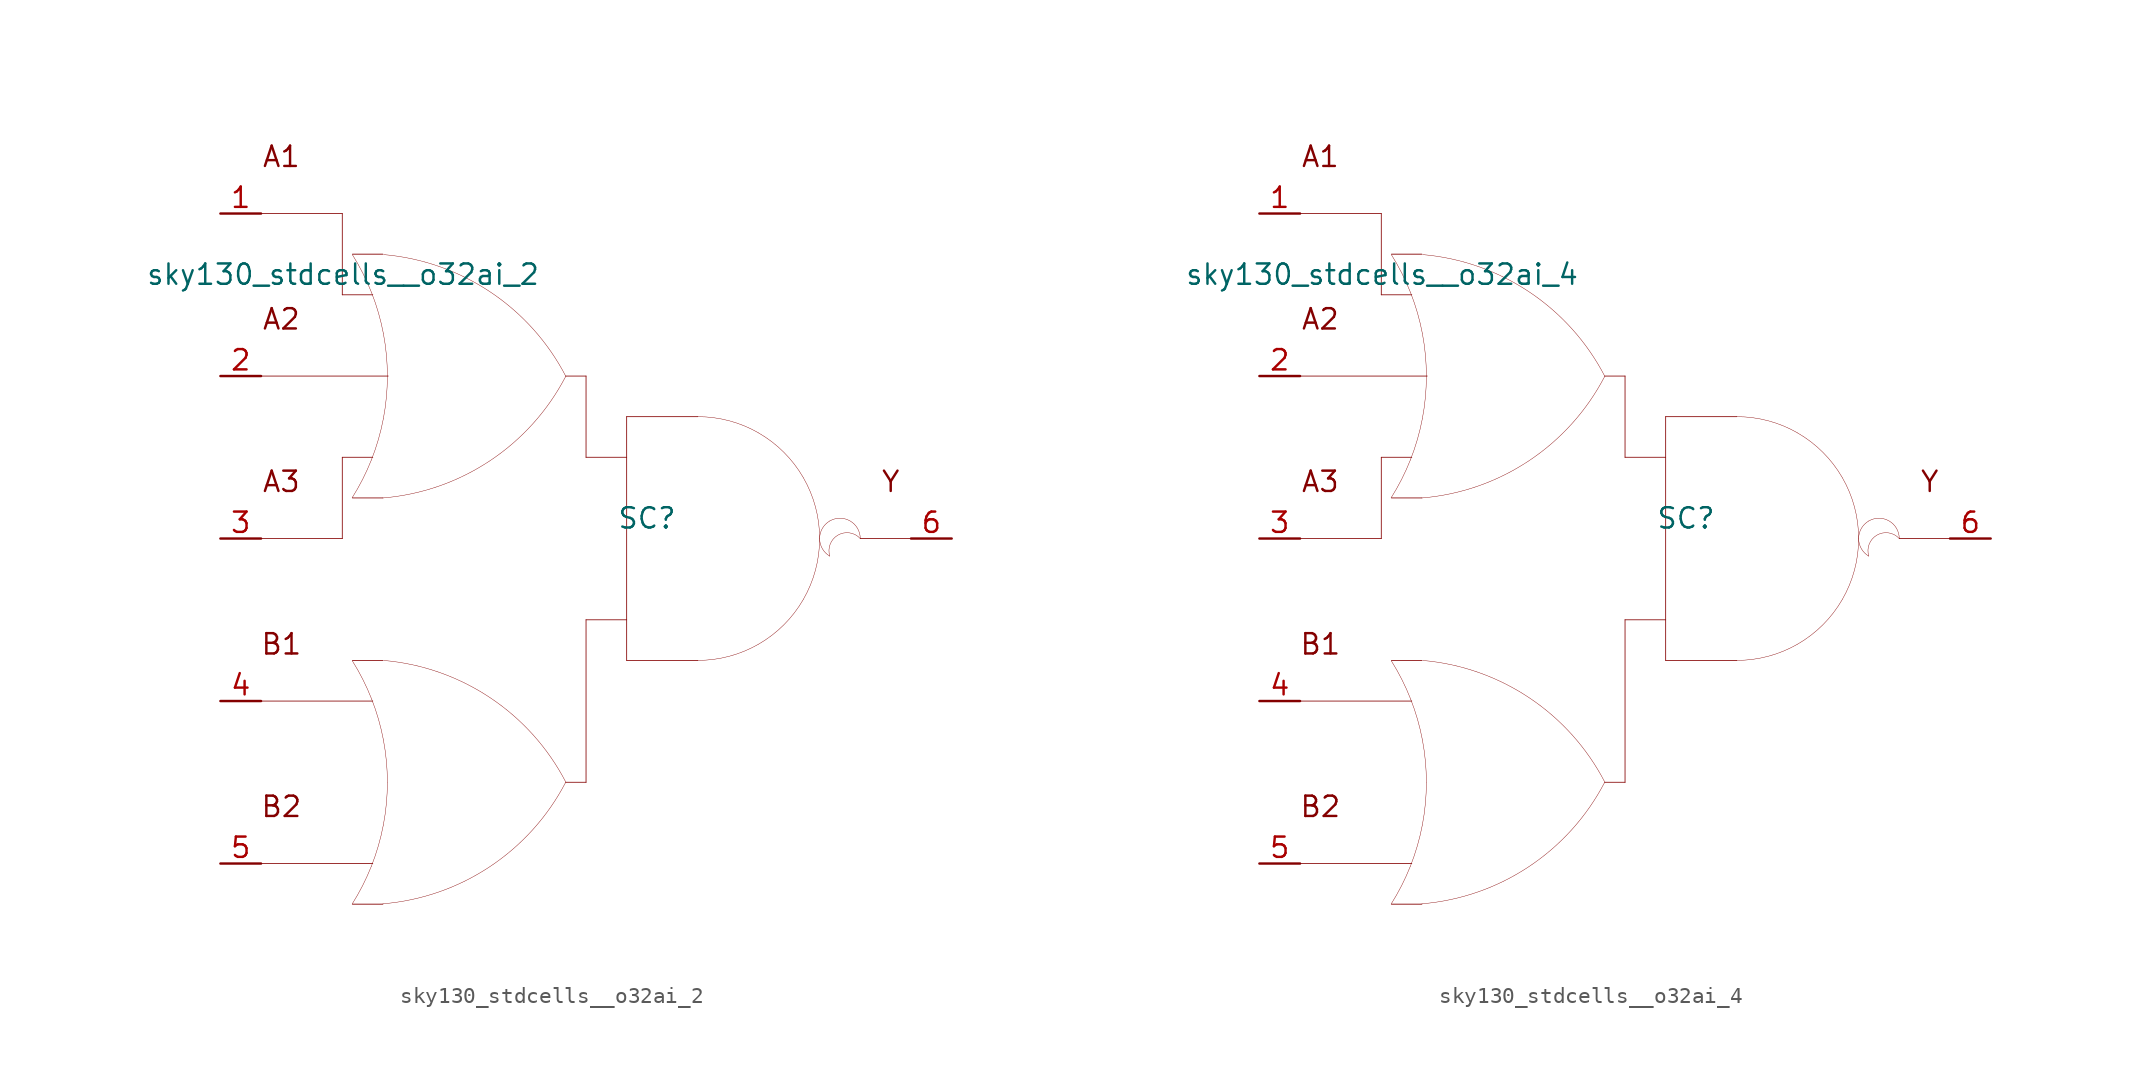
<source format=kicad_sym>
(kicad_symbol_lib
  (version 20211014)
  (generator kicad_symbol_editor)
  (symbol "sky130_stdcells__o32ai_2"
    (pin_names hide)
    (property "Reference" "SC"
      (at 3.81 1.27 0)
      (effects (font (size 1.27 1.27))))
    (property "Value" "sky130_stdcells__o32ai_2"
      (at -2.845 16.51 0)
      (effects (font (size 1.27 1.27)) (justify right)))
    (symbol "sky130_stdcells__o32ai_2_0_0"
      (arc (start -14.6255 -22.8542) (mid -13.968 -21.698) (end -13.4212 -20.4856) (stroke (width 0.0254) (type default) (color 0 0 0 0)) (fill (type none)))
      (arc (start -14.6255 2.5458) (mid -13.968 3.702) (end -13.4212 4.9144) (stroke (width 0.0254) (type default) (color 0 0 0 0)) (fill (type none)))
      (arc (start -13.4212 -20.4856) (mid -12.9863 -19.2155) (end -12.673 -17.9101) (stroke (width 0.0254) (type default) (color 0 0 0 0)) (fill (type none)))
      (arc (start -13.4212 4.9144) (mid -12.9863 6.1845) (end -12.673 7.4899) (stroke (width 0.0254) (type default) (color 0 0 0 0)) (fill (type none)))
      (arc (start -13.403 -10.0407) (mid -13.9512 -8.8152) (end -14.6123 -7.6468) (stroke (width 0.0254) (type default) (color 0 0 0 0)) (fill (type none)))
      (arc (start -13.403 15.3593) (mid -13.9512 16.5848) (end -14.6123 17.7532) (stroke (width 0.0254) (type default) (color 0 0 0 0)) (fill (type none)))
      (arc (start -12.705 -22.8377) (mid -6.011 -20.5132) (end -1.2741 -15.243) (stroke (width 0.0254) (type default) (color 0 0 0 0)) (fill (type none)))
      (arc (start -12.705 2.5369) (mid -6.011 4.8614) (end -1.2741 10.1316) (stroke (width 0.0254) (type default) (color 0 0 0 0)) (fill (type none)))
      (arc (start -12.673 -17.9101) (mid -12.4838 -16.581) (end -12.4206 -15.24) (stroke (width 0.0254) (type default) (color 0 0 0 0)) (fill (type none)))
      (arc (start -12.673 7.4899) (mid -12.4838 8.819) (end -12.4206 10.16) (stroke (width 0.0254) (type default) (color 0 0 0 0)) (fill (type none)))
      (arc (start -12.6684 -12.5944) (mid -12.9761 -11.3004) (end -13.403 -10.0407) (stroke (width 0.0254) (type default) (color 0 0 0 0)) (fill (type none)))
      (arc (start -12.6684 12.8056) (mid -12.9761 14.0996) (end -13.403 15.3593) (stroke (width 0.0254) (type default) (color 0 0 0 0)) (fill (type none)))
      (arc (start -12.4206 -15.24) (mid -12.4827 -13.9114) (end -12.6684 -12.5944) (stroke (width 0.0254) (type default) (color 0 0 0 0)) (fill (type none)))
      (arc (start -12.4206 10.16) (mid -12.4827 11.4886) (end -12.6684 12.8056) (stroke (width 0.0254) (type default) (color 0 0 0 0)) (fill (type none)))
      (arc (start -1.2513 -15.2556) (mid -5.9698 -9.969) (end -12.6556 -7.6211) (stroke (width 0.0254) (type default) (color 0 0 0 0)) (fill (type none)))
      (arc (start -1.2513 10.119) (mid -5.9698 15.4056) (end -12.6556 17.7535) (stroke (width 0.0254) (type default) (color 0 0 0 0)) (fill (type none)))
      (polyline (pts (xy -20.32 -20.32) (xy -13.335 -20.32)) (stroke (width 0.051) (type default) (color 0 0 0 0)) (fill (type none)))
      (polyline (pts (xy -20.32 -10.16) (xy -13.335 -10.16)) (stroke (width 0.051) (type default) (color 0 0 0 0)) (fill (type none)))
      (polyline (pts (xy -20.32 0) (xy -15.24 0)) (stroke (width 0.051) (type default) (color 0 0 0 0)) (fill (type none)))
      (polyline (pts (xy -20.32 10.16) (xy -12.37 10.16)) (stroke (width 0.051) (type default) (color 0 0 0 0)) (fill (type none)))
      (polyline (pts (xy -20.32 20.32) (xy -15.24 20.32)) (stroke (width 0.051) (type default) (color 0 0 0 0)) (fill (type none)))
      (polyline (pts (xy -15.24 5.08) (xy -15.24 0)) (stroke (width 0.051) (type default) (color 0 0 0 0)) (fill (type none)))
      (polyline (pts (xy -15.24 5.08) (xy -13.335 5.08)) (stroke (width 0.051) (type default) (color 0 0 0 0)) (fill (type none)))
      (polyline (pts (xy -15.24 15.24) (xy -13.335 15.24)) (stroke (width 0.051) (type default) (color 0 0 0 0)) (fill (type none)))
      (polyline (pts (xy -15.24 20.32) (xy -15.24 15.24)) (stroke (width 0.051) (type default) (color 0 0 0 0)) (fill (type none)))
      (polyline (pts (xy -14.605 -22.86) (xy -12.7 -22.86)) (stroke (width 0.051) (type default) (color 0 0 0 0)) (fill (type none)))
      (polyline (pts (xy -14.605 -7.62) (xy -12.7 -7.62)) (stroke (width 0.051) (type default) (color 0 0 0 0)) (fill (type none)))
      (polyline (pts (xy -14.605 2.54) (xy -12.7 2.54)) (stroke (width 0.051) (type default) (color 0 0 0 0)) (fill (type none)))
      (polyline (pts (xy -14.605 17.78) (xy -12.7 17.78)) (stroke (width 0.051) (type default) (color 0 0 0 0)) (fill (type none)))
      (polyline (pts (xy -1.27 -15.24) (xy 0 -15.24)) (stroke (width 0.051) (type default) (color 0 0 0 0)) (fill (type none)))
      (polyline (pts (xy -1.27 10.16) (xy 0 10.16)) (stroke (width 0.051) (type default) (color 0 0 0 0)) (fill (type none)))
      (polyline (pts (xy 0 -5.08) (xy 0 -15.24)) (stroke (width 0.051) (type default) (color 0 0 0 0)) (fill (type none)))
      (polyline (pts (xy 0 -5.08) (xy 2.54 -5.08)) (stroke (width 0.051) (type default) (color 0 0 0 0)) (fill (type none)))
      (polyline (pts (xy 0 5.08) (xy 2.54 5.08)) (stroke (width 0.051) (type default) (color 0 0 0 0)) (fill (type none)))
      (polyline (pts (xy 0 10.16) (xy 0 5.08)) (stroke (width 0.051) (type default) (color 0 0 0 0)) (fill (type none)))
      (polyline (pts (xy 2.54 -7.62) (xy 6.985 -7.62)) (stroke (width 0.051) (type default) (color 0 0 0 0)) (fill (type none)))
      (polyline (pts (xy 2.54 7.62) (xy 2.54 -7.62)) (stroke (width 0.051) (type default) (color 0 0 0 0)) (fill (type none)))
      (polyline (pts (xy 2.54 7.62) (xy 6.985 7.62)) (stroke (width 0.051) (type default) (color 0 0 0 0)) (fill (type none)))
      (polyline (pts (xy 17.145 0) (xy 20.32 0)) (stroke (width 0.051) (type default) (color 0 0 0 0)) (fill (type none)))
      (arc (start 6.985 -7.62) (mid 8.9572 -7.3604) (end 10.795 -6.5991) (stroke (width 0.0254) (type default) (color 0 0 0 0)) (fill (type none)))
      (arc (start 10.795 -6.5991) (mid 12.3731 -5.3881) (end 13.5841 -3.81) (stroke (width 0.0254) (type default) (color 0 0 0 0)) (fill (type none)))
      (arc (start 10.795 6.5991) (mid 8.9572 7.3603) (end 6.985 7.62) (stroke (width 0.0254) (type default) (color 0 0 0 0)) (fill (type none)))
      (arc (start 13.5841 -3.81) (mid 14.3453 -1.9722) (end 14.605 0) (stroke (width 0.0254) (type default) (color 0 0 0 0)) (fill (type none)))
      (arc (start 13.5841 3.81) (mid 12.3731 5.3881) (end 10.795 6.5991) (stroke (width 0.0254) (type default) (color 0 0 0 0)) (fill (type none)))
      (arc (start 14.605 0) (mid 14.3454 1.9722) (end 13.5841 3.81) (stroke (width 0.0254) (type default) (color 0 0 0 0)) (fill (type none)))
      (arc (start 15.24 1.0999) (mid 14.605 0) (end 15.24 -1.0999) (stroke (width 0.0254) (type default) (color 0 0 0 0)) (fill (type none)))
      (arc (start 17.145 0) (mid 15.2881 0.4743) (end 15.24 -1.0999) (stroke (width 0.0254) (type default) (color 0 0 0 0)) (fill (type none)))
      (arc (start 17.145 0) (mid 16.51 1.0998) (end 15.24 1.0999) (stroke (width 0.0254) (type default) (color 0 0 0 0)) (fill (type none)))
      (text "A1" (at -19.05 23.876 0) (effects (font (size 1.27 1.27))))
      (text "A2" (at -19.05 13.716 0) (effects (font (size 1.27 1.27))))
      (text "A3" (at -19.05 3.556 0) (effects (font (size 1.27 1.27))))
      (text "B1" (at -19.05 -6.604 0) (effects (font (size 1.27 1.27))))
      (text "B2" (at -19.05 -16.764 0) (effects (font (size 1.27 1.27))))
      (text "Y" (at 19.05 3.556 0) (effects (font (size 1.27 1.27)))))
    (symbol "sky130_stdcells__o32ai_2_1_1"
      (pin input line (at -22.86 20.32 0) (length 2.54) (name "A1" (effects (font (size 1.092 1.092)))) (number "1" (effects (font (size 1.27 1.27)))))
      (pin input line (at -22.86 10.16 0) (length 2.54) (name "A2" (effects (font (size 1.092 1.092)))) (number "2" (effects (font (size 1.27 1.27)))))
      (pin input line (at -22.86 0 0) (length 2.54) (name "A3" (effects (font (size 1.092 1.092)))) (number "3" (effects (font (size 1.27 1.27)))))
      (pin input line (at -22.86 -10.16 0) (length 2.54) (name "B1" (effects (font (size 1.092 1.092)))) (number "4" (effects (font (size 1.27 1.27)))))
      (pin input line (at -22.86 -20.32 0) (length 2.54) (name "B2" (effects (font (size 1.092 1.092)))) (number "5" (effects (font (size 1.27 1.27)))))
      (pin output line (at 22.86 0 180) (length 2.54) (name "Y" (effects (font (size 1.092 1.092)))) (number "6" (effects (font (size 1.27 1.27)))))))
  (symbol "sky130_stdcells__o32ai_4"
    (pin_names hide)
    (property "Reference" "SC"
      (at 3.81 1.27 0)
      (effects (font (size 1.27 1.27))))
    (property "Value" "sky130_stdcells__o32ai_4"
      (at -2.845 16.51 0)
      (effects (font (size 1.27 1.27)) (justify right)))
    (symbol "sky130_stdcells__o32ai_4_0_0"
      (arc (start -14.6255 -22.8542) (mid -13.968 -21.698) (end -13.4212 -20.4856) (stroke (width 0.0254) (type default) (color 0 0 0 0)) (fill (type none)))
      (arc (start -14.6255 2.5458) (mid -13.968 3.702) (end -13.4212 4.9144) (stroke (width 0.0254) (type default) (color 0 0 0 0)) (fill (type none)))
      (arc (start -13.4212 -20.4856) (mid -12.9863 -19.2155) (end -12.673 -17.9101) (stroke (width 0.0254) (type default) (color 0 0 0 0)) (fill (type none)))
      (arc (start -13.4212 4.9144) (mid -12.9863 6.1845) (end -12.673 7.4899) (stroke (width 0.0254) (type default) (color 0 0 0 0)) (fill (type none)))
      (arc (start -13.403 -10.0407) (mid -13.9512 -8.8152) (end -14.6123 -7.6468) (stroke (width 0.0254) (type default) (color 0 0 0 0)) (fill (type none)))
      (arc (start -13.403 15.3593) (mid -13.9512 16.5848) (end -14.6123 17.7532) (stroke (width 0.0254) (type default) (color 0 0 0 0)) (fill (type none)))
      (arc (start -12.705 -22.8377) (mid -6.011 -20.5132) (end -1.2741 -15.243) (stroke (width 0.0254) (type default) (color 0 0 0 0)) (fill (type none)))
      (arc (start -12.705 2.5369) (mid -6.011 4.8614) (end -1.2741 10.1316) (stroke (width 0.0254) (type default) (color 0 0 0 0)) (fill (type none)))
      (arc (start -12.673 -17.9101) (mid -12.4838 -16.581) (end -12.4206 -15.24) (stroke (width 0.0254) (type default) (color 0 0 0 0)) (fill (type none)))
      (arc (start -12.673 7.4899) (mid -12.4838 8.819) (end -12.4206 10.16) (stroke (width 0.0254) (type default) (color 0 0 0 0)) (fill (type none)))
      (arc (start -12.6684 -12.5944) (mid -12.9761 -11.3004) (end -13.403 -10.0407) (stroke (width 0.0254) (type default) (color 0 0 0 0)) (fill (type none)))
      (arc (start -12.6684 12.8056) (mid -12.9761 14.0996) (end -13.403 15.3593) (stroke (width 0.0254) (type default) (color 0 0 0 0)) (fill (type none)))
      (arc (start -12.4206 -15.24) (mid -12.4827 -13.9114) (end -12.6684 -12.5944) (stroke (width 0.0254) (type default) (color 0 0 0 0)) (fill (type none)))
      (arc (start -12.4206 10.16) (mid -12.4827 11.4886) (end -12.6684 12.8056) (stroke (width 0.0254) (type default) (color 0 0 0 0)) (fill (type none)))
      (arc (start -1.2513 -15.2556) (mid -5.9698 -9.969) (end -12.6556 -7.6211) (stroke (width 0.0254) (type default) (color 0 0 0 0)) (fill (type none)))
      (arc (start -1.2513 10.119) (mid -5.9698 15.4056) (end -12.6556 17.7535) (stroke (width 0.0254) (type default) (color 0 0 0 0)) (fill (type none)))
      (polyline (pts (xy -20.32 -20.32) (xy -13.335 -20.32)) (stroke (width 0.051) (type default) (color 0 0 0 0)) (fill (type none)))
      (polyline (pts (xy -20.32 -10.16) (xy -13.335 -10.16)) (stroke (width 0.051) (type default) (color 0 0 0 0)) (fill (type none)))
      (polyline (pts (xy -20.32 0) (xy -15.24 0)) (stroke (width 0.051) (type default) (color 0 0 0 0)) (fill (type none)))
      (polyline (pts (xy -20.32 10.16) (xy -12.37 10.16)) (stroke (width 0.051) (type default) (color 0 0 0 0)) (fill (type none)))
      (polyline (pts (xy -20.32 20.32) (xy -15.24 20.32)) (stroke (width 0.051) (type default) (color 0 0 0 0)) (fill (type none)))
      (polyline (pts (xy -15.24 5.08) (xy -15.24 0)) (stroke (width 0.051) (type default) (color 0 0 0 0)) (fill (type none)))
      (polyline (pts (xy -15.24 5.08) (xy -13.335 5.08)) (stroke (width 0.051) (type default) (color 0 0 0 0)) (fill (type none)))
      (polyline (pts (xy -15.24 15.24) (xy -13.335 15.24)) (stroke (width 0.051) (type default) (color 0 0 0 0)) (fill (type none)))
      (polyline (pts (xy -15.24 20.32) (xy -15.24 15.24)) (stroke (width 0.051) (type default) (color 0 0 0 0)) (fill (type none)))
      (polyline (pts (xy -14.605 -22.86) (xy -12.7 -22.86)) (stroke (width 0.051) (type default) (color 0 0 0 0)) (fill (type none)))
      (polyline (pts (xy -14.605 -7.62) (xy -12.7 -7.62)) (stroke (width 0.051) (type default) (color 0 0 0 0)) (fill (type none)))
      (polyline (pts (xy -14.605 2.54) (xy -12.7 2.54)) (stroke (width 0.051) (type default) (color 0 0 0 0)) (fill (type none)))
      (polyline (pts (xy -14.605 17.78) (xy -12.7 17.78)) (stroke (width 0.051) (type default) (color 0 0 0 0)) (fill (type none)))
      (polyline (pts (xy -1.27 -15.24) (xy 0 -15.24)) (stroke (width 0.051) (type default) (color 0 0 0 0)) (fill (type none)))
      (polyline (pts (xy -1.27 10.16) (xy 0 10.16)) (stroke (width 0.051) (type default) (color 0 0 0 0)) (fill (type none)))
      (polyline (pts (xy 0 -5.08) (xy 0 -15.24)) (stroke (width 0.051) (type default) (color 0 0 0 0)) (fill (type none)))
      (polyline (pts (xy 0 -5.08) (xy 2.54 -5.08)) (stroke (width 0.051) (type default) (color 0 0 0 0)) (fill (type none)))
      (polyline (pts (xy 0 5.08) (xy 2.54 5.08)) (stroke (width 0.051) (type default) (color 0 0 0 0)) (fill (type none)))
      (polyline (pts (xy 0 10.16) (xy 0 5.08)) (stroke (width 0.051) (type default) (color 0 0 0 0)) (fill (type none)))
      (polyline (pts (xy 2.54 -7.62) (xy 6.985 -7.62)) (stroke (width 0.051) (type default) (color 0 0 0 0)) (fill (type none)))
      (polyline (pts (xy 2.54 7.62) (xy 2.54 -7.62)) (stroke (width 0.051) (type default) (color 0 0 0 0)) (fill (type none)))
      (polyline (pts (xy 2.54 7.62) (xy 6.985 7.62)) (stroke (width 0.051) (type default) (color 0 0 0 0)) (fill (type none)))
      (polyline (pts (xy 17.145 0) (xy 20.32 0)) (stroke (width 0.051) (type default) (color 0 0 0 0)) (fill (type none)))
      (arc (start 6.985 -7.62) (mid 8.9572 -7.3604) (end 10.795 -6.5991) (stroke (width 0.0254) (type default) (color 0 0 0 0)) (fill (type none)))
      (arc (start 10.795 -6.5991) (mid 12.3731 -5.3881) (end 13.5841 -3.81) (stroke (width 0.0254) (type default) (color 0 0 0 0)) (fill (type none)))
      (arc (start 10.795 6.5991) (mid 8.9572 7.3603) (end 6.985 7.62) (stroke (width 0.0254) (type default) (color 0 0 0 0)) (fill (type none)))
      (arc (start 13.5841 -3.81) (mid 14.3453 -1.9722) (end 14.605 0) (stroke (width 0.0254) (type default) (color 0 0 0 0)) (fill (type none)))
      (arc (start 13.5841 3.81) (mid 12.3731 5.3881) (end 10.795 6.5991) (stroke (width 0.0254) (type default) (color 0 0 0 0)) (fill (type none)))
      (arc (start 14.605 0) (mid 14.3454 1.9722) (end 13.5841 3.81) (stroke (width 0.0254) (type default) (color 0 0 0 0)) (fill (type none)))
      (arc (start 15.24 1.0999) (mid 14.605 0) (end 15.24 -1.0999) (stroke (width 0.0254) (type default) (color 0 0 0 0)) (fill (type none)))
      (arc (start 17.145 0) (mid 15.2881 0.4743) (end 15.24 -1.0999) (stroke (width 0.0254) (type default) (color 0 0 0 0)) (fill (type none)))
      (arc (start 17.145 0) (mid 16.51 1.0998) (end 15.24 1.0999) (stroke (width 0.0254) (type default) (color 0 0 0 0)) (fill (type none)))
      (text "A1" (at -19.05 23.876 0) (effects (font (size 1.27 1.27))))
      (text "A2" (at -19.05 13.716 0) (effects (font (size 1.27 1.27))))
      (text "A3" (at -19.05 3.556 0) (effects (font (size 1.27 1.27))))
      (text "B1" (at -19.05 -6.604 0) (effects (font (size 1.27 1.27))))
      (text "B2" (at -19.05 -16.764 0) (effects (font (size 1.27 1.27))))
      (text "Y" (at 19.05 3.556 0) (effects (font (size 1.27 1.27)))))
    (symbol "sky130_stdcells__o32ai_4_1_1"
      (pin input line (at -22.86 20.32 0) (length 2.54) (name "A1" (effects (font (size 1.092 1.092)))) (number "1" (effects (font (size 1.27 1.27)))))
      (pin input line (at -22.86 10.16 0) (length 2.54) (name "A2" (effects (font (size 1.092 1.092)))) (number "2" (effects (font (size 1.27 1.27)))))
      (pin input line (at -22.86 0 0) (length 2.54) (name "A3" (effects (font (size 1.092 1.092)))) (number "3" (effects (font (size 1.27 1.27)))))
      (pin input line (at -22.86 -10.16 0) (length 2.54) (name "B1" (effects (font (size 1.092 1.092)))) (number "4" (effects (font (size 1.27 1.27)))))
      (pin input line (at -22.86 -20.32 0) (length 2.54) (name "B2" (effects (font (size 1.092 1.092)))) (number "5" (effects (font (size 1.27 1.27)))))
      (pin output line (at 22.86 0 180) (length 2.54) (name "Y" (effects (font (size 1.092 1.092)))) (number "6" (effects (font (size 1.27 1.27))))))))
</source>
